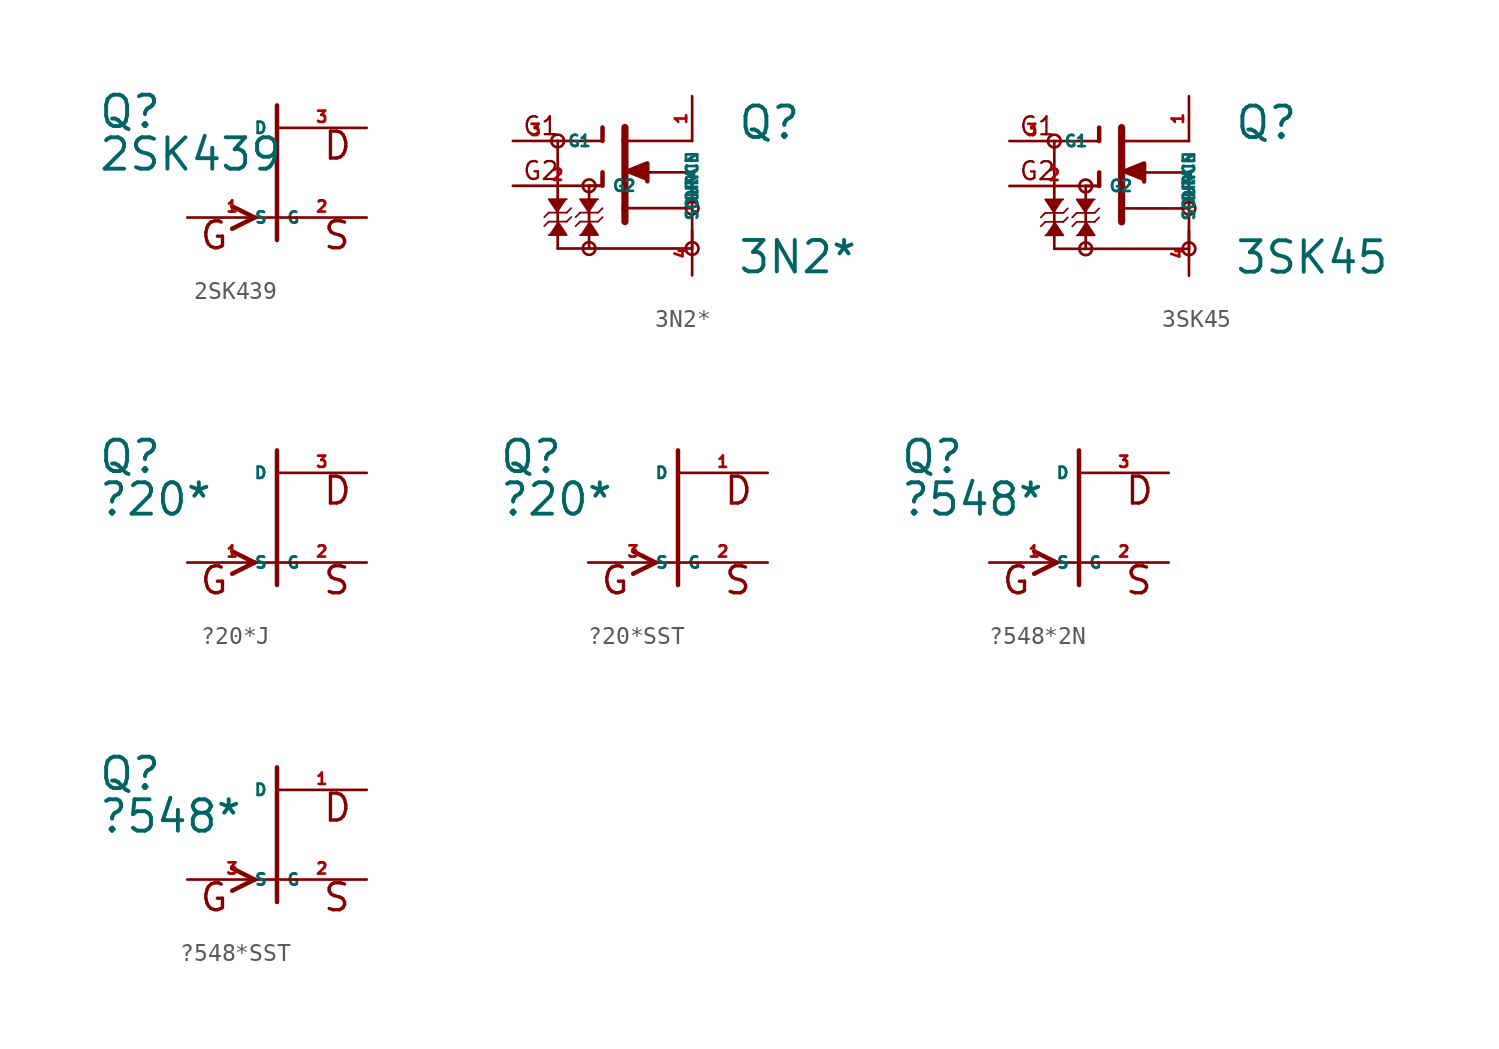
<source format=kicad_sym>
(kicad_symbol_lib
  (version 20220914)
  (generator Eagle2Kicad)
  (symbol "2SK439"
    (property "Reference" "Q"
      (at -10.16 2.413 0)
      (effects (font (size 1.778 1.778) (thickness 0.22)) (justify left bottom)))
    (property "Value" "2SK439"
      (at -10.16 0 0)
      (effects (font (size 1.778 1.778) (thickness 0.22)) (justify left bottom)))
    (polyline
      (pts (xy 0 -3.81) (xy 0 3.81))
      (stroke (width 0.254) (type default))
      (fill (type none)))
    (polyline
      (pts (xy -2.54 -1.905) (xy -1.27 -2.54))
      (stroke (width 0.254) (type default))
      (fill (type none)))
    (polyline
      (pts (xy -1.27 -2.54) (xy -2.54 -3.175))
      (stroke (width 0.254) (type default))
      (fill (type none)))
    (text "D"
      (at 2.54 0.635 0)
      (effects (font (size 1.524 1.524) (thickness 0.19)) (justify left bottom)))
    (text "S"
      (at 2.54 -4.445 0)
      (effects (font (size 1.524 1.524) (thickness 0.19)) (justify left bottom)))
    (text "G"
      (at -4.445 -4.445 0)
      (effects (font (size 1.524 1.524) (thickness 0.19)) (justify left bottom)))
    (pin passive line
      (at -5.08 -2.54 0)
      (length 5.08)
      (name "G" (effects (font (size 0.635 0.635) (thickness 0.08)) (justify left bottom)))
      (number "1" (effects (font (size 0.635 0.635) (thickness 0.08)) (justify left bottom))))
    (pin passive line
      (at 5.08 2.54 180)
      (length 5.08)
      (name "D" (effects (font (size 0.635 0.635) (thickness 0.08)) (justify left bottom)))
      (number "3" (effects (font (size 0.635 0.635) (thickness 0.08)) (justify left bottom))))
    (pin passive line
      (at 5.08 -2.54 180)
      (length 5.08)
      (name "S" (effects (font (size 0.635 0.635) (thickness 0.08)) (justify left bottom)))
      (number "2" (effects (font (size 0.635 0.635) (thickness 0.08)) (justify left bottom)))))
  (symbol "3N2*"
    (property "Reference" "Q"
      (at 5.08 2.54 0)
      (effects (font (size 1.778 1.778) (thickness 0.22)) (justify left bottom)))
    (property "Value" "3N2*"
      (at 5.08 -5.08 0)
      (effects (font (size 1.778 1.778) (thickness 0.22)) (justify left bottom)))
    (polyline
      (pts (xy -1.27 0.762) (xy 0 1.27) (xy 0 0.254))
      (stroke (width 0.254) (type default))
      (fill (type outline)))
    (polyline
      (pts (xy -5.08 -1.524) (xy -5.588 -0.762) (xy -4.572 -0.762))
      (stroke (width 0.102) (type default))
      (fill (type outline)))
    (polyline
      (pts (xy -3.302 -1.524) (xy -3.81 -0.762) (xy -2.794 -0.762))
      (stroke (width 0.102) (type default))
      (fill (type outline)))
    (polyline
      (pts (xy -3.302 -2.032) (xy -2.794 -2.794) (xy -3.81 -2.794))
      (stroke (width 0.102) (type default))
      (fill (type outline)))
    (polyline
      (pts (xy -5.08 -2.032) (xy -4.572 -2.794) (xy -5.588 -2.794))
      (stroke (width 0.102) (type default))
      (fill (type outline)))
    (polyline
      (pts (xy -5.08 2.54) (xy -2.54 2.54))
      (stroke (width 0.152) (type default))
      (fill (type none)))
    (polyline
      (pts (xy -3.302 0) (xy -2.54 0))
      (stroke (width 0.152) (type default))
      (fill (type none)))
    (polyline
      (pts (xy -2.54 2.54) (xy -2.54 3.302))
      (stroke (width 0.254) (type default))
      (fill (type none)))
    (polyline
      (pts (xy -2.54 0) (xy -2.54 0.762))
      (stroke (width 0.254) (type default))
      (fill (type none)))
    (polyline
      (pts (xy -1.27 3.302) (xy -1.27 2.54))
      (stroke (width 0.406) (type default))
      (fill (type none)))
    (polyline
      (pts (xy -1.27 2.54) (xy -1.27 -1.27))
      (stroke (width 0.406) (type default))
      (fill (type none)))
    (polyline
      (pts (xy -1.27 -1.27) (xy -1.27 -2.032))
      (stroke (width 0.406) (type default))
      (fill (type none)))
    (polyline
      (pts (xy -1.27 2.54) (xy 2.54 2.54))
      (stroke (width 0.152) (type default))
      (fill (type none)))
    (polyline
      (pts (xy -1.27 -1.27) (xy 2.54 -1.27))
      (stroke (width 0.152) (type default))
      (fill (type none)))
    (polyline
      (pts (xy 2.54 -1.27) (xy 2.54 -3.556))
      (stroke (width 0.152) (type default))
      (fill (type none)))
    (polyline
      (pts (xy 2.54 -1.27) (xy 2.54 0.762))
      (stroke (width 0.152) (type default))
      (fill (type none)))
    (polyline
      (pts (xy 2.54 0.762) (xy -1.016 0.762))
      (stroke (width 0.152) (type default))
      (fill (type none)))
    (polyline
      (pts (xy -5.588 -1.524) (xy -4.572 -1.524))
      (stroke (width 0.102) (type default))
      (fill (type none)))
    (polyline
      (pts (xy -4.572 -1.524) (xy -4.318 -1.27))
      (stroke (width 0.102) (type default))
      (fill (type none)))
    (polyline
      (pts (xy -5.588 -1.524) (xy -5.842 -1.778))
      (stroke (width 0.102) (type default))
      (fill (type none)))
    (polyline
      (pts (xy -3.81 -1.524) (xy -2.794 -1.524))
      (stroke (width 0.102) (type default))
      (fill (type none)))
    (polyline
      (pts (xy -2.794 -1.524) (xy -2.54 -1.27))
      (stroke (width 0.102) (type default))
      (fill (type none)))
    (polyline
      (pts (xy -3.81 -1.524) (xy -4.064 -1.778))
      (stroke (width 0.102) (type default))
      (fill (type none)))
    (polyline
      (pts (xy -2.794 -2.032) (xy -3.81 -2.032))
      (stroke (width 0.102) (type default))
      (fill (type none)))
    (polyline
      (pts (xy -3.81 -2.032) (xy -4.064 -2.286))
      (stroke (width 0.102) (type default))
      (fill (type none)))
    (polyline
      (pts (xy -2.794 -2.032) (xy -2.54 -1.778))
      (stroke (width 0.102) (type default))
      (fill (type none)))
    (polyline
      (pts (xy -4.572 -2.032) (xy -5.588 -2.032))
      (stroke (width 0.102) (type default))
      (fill (type none)))
    (polyline
      (pts (xy -5.588 -2.032) (xy -5.842 -2.286))
      (stroke (width 0.102) (type default))
      (fill (type none)))
    (polyline
      (pts (xy -4.572 -2.032) (xy -4.318 -1.778))
      (stroke (width 0.102) (type default))
      (fill (type none)))
    (polyline
      (pts (xy -5.08 2.54) (xy -5.08 -3.556))
      (stroke (width 0.152) (type default))
      (fill (type none)))
    (polyline
      (pts (xy -5.08 -3.556) (xy -3.302 -3.556))
      (stroke (width 0.152) (type default))
      (fill (type none)))
    (polyline
      (pts (xy -3.302 -3.556) (xy 2.54 -3.556))
      (stroke (width 0.152) (type default))
      (fill (type none)))
    (polyline
      (pts (xy -3.302 0) (xy -3.302 -3.556))
      (stroke (width 0.152) (type default))
      (fill (type none)))
    (text "G1"
      (at -7.112 2.794 0)
      (effects (font (size 1.016 1.016) (thickness 0.13)) (justify left bottom)))
    (text "G2"
      (at -7.112 0.254 0)
      (effects (font (size 1.016 1.016) (thickness 0.13)) (justify left bottom)))
    (circle
      (center 2.54 -1.27)
      (radius 0.359)
      (stroke (width 0) (type default))
      (fill (type none)))
    (circle
      (center -5.08 2.54)
      (radius 0.359)
      (stroke (width 0) (type default))
      (fill (type none)))
    (circle
      (center -3.302 0)
      (radius 0.359)
      (stroke (width 0) (type default))
      (fill (type none)))
    (circle
      (center -3.302 -3.556)
      (radius 0.359)
      (stroke (width 0) (type default))
      (fill (type none)))
    (circle
      (center 2.54 -3.556)
      (radius 0.359)
      (stroke (width 0) (type default))
      (fill (type none)))
    (pin passive line
      (at -7.62 2.54 0)
      (length 2.54)
      (name "G1" (effects (font (size 0.635 0.635) (thickness 0.08)) (justify left bottom)))
      (number "3" (effects (font (size 0.635 0.635) (thickness 0.08)) (justify left bottom))))
    (pin passive line
      (at -7.62 0 0)
      (length 5.08)
      (name "G2" (effects (font (size 0.635 0.635) (thickness 0.08)) (justify left bottom)))
      (number "2" (effects (font (size 0.635 0.635) (thickness 0.08)) (justify left bottom))))
    (pin passive line
      (at 2.54 5.08 270)
      (length 2.54)
      (name "DRAIN" (effects (font (size 0.635 0.635) (thickness 0.08)) (justify left bottom)))
      (number "1" (effects (font (size 0.635 0.635) (thickness 0.08)) (justify left bottom))))
    (pin passive line
      (at 2.54 -5.08 90)
      (length 2.54)
      (name "SOURCE" (effects (font (size 0.635 0.635) (thickness 0.08)) (justify left bottom)))
      (number "4" (effects (font (size 0.635 0.635) (thickness 0.08)) (justify left bottom)))))
  (symbol "3SK45"
    (property "Reference" "Q"
      (at 5.08 2.54 0)
      (effects (font (size 1.778 1.778) (thickness 0.22)) (justify left bottom)))
    (property "Value" "3SK45"
      (at 5.08 -5.08 0)
      (effects (font (size 1.778 1.778) (thickness 0.22)) (justify left bottom)))
    (polyline
      (pts (xy -1.27 0.762) (xy 0 1.27) (xy 0 0.254))
      (stroke (width 0.254) (type default))
      (fill (type outline)))
    (polyline
      (pts (xy -5.08 -1.524) (xy -5.588 -0.762) (xy -4.572 -0.762))
      (stroke (width 0.102) (type default))
      (fill (type outline)))
    (polyline
      (pts (xy -3.302 -1.524) (xy -3.81 -0.762) (xy -2.794 -0.762))
      (stroke (width 0.102) (type default))
      (fill (type outline)))
    (polyline
      (pts (xy -3.302 -2.032) (xy -2.794 -2.794) (xy -3.81 -2.794))
      (stroke (width 0.102) (type default))
      (fill (type outline)))
    (polyline
      (pts (xy -5.08 -2.032) (xy -4.572 -2.794) (xy -5.588 -2.794))
      (stroke (width 0.102) (type default))
      (fill (type outline)))
    (polyline
      (pts (xy -5.08 2.54) (xy -2.54 2.54))
      (stroke (width 0.152) (type default))
      (fill (type none)))
    (polyline
      (pts (xy -3.302 0) (xy -2.54 0))
      (stroke (width 0.152) (type default))
      (fill (type none)))
    (polyline
      (pts (xy -2.54 2.54) (xy -2.54 3.302))
      (stroke (width 0.254) (type default))
      (fill (type none)))
    (polyline
      (pts (xy -2.54 0) (xy -2.54 0.762))
      (stroke (width 0.254) (type default))
      (fill (type none)))
    (polyline
      (pts (xy -1.27 3.302) (xy -1.27 2.54))
      (stroke (width 0.406) (type default))
      (fill (type none)))
    (polyline
      (pts (xy -1.27 2.54) (xy -1.27 -1.27))
      (stroke (width 0.406) (type default))
      (fill (type none)))
    (polyline
      (pts (xy -1.27 -1.27) (xy -1.27 -2.032))
      (stroke (width 0.406) (type default))
      (fill (type none)))
    (polyline
      (pts (xy -1.27 2.54) (xy 2.54 2.54))
      (stroke (width 0.152) (type default))
      (fill (type none)))
    (polyline
      (pts (xy -1.27 -1.27) (xy 2.54 -1.27))
      (stroke (width 0.152) (type default))
      (fill (type none)))
    (polyline
      (pts (xy 2.54 -1.27) (xy 2.54 -3.556))
      (stroke (width 0.152) (type default))
      (fill (type none)))
    (polyline
      (pts (xy 2.54 -1.27) (xy 2.54 0.762))
      (stroke (width 0.152) (type default))
      (fill (type none)))
    (polyline
      (pts (xy 2.54 0.762) (xy -1.016 0.762))
      (stroke (width 0.152) (type default))
      (fill (type none)))
    (polyline
      (pts (xy -5.588 -1.524) (xy -4.572 -1.524))
      (stroke (width 0.102) (type default))
      (fill (type none)))
    (polyline
      (pts (xy -4.572 -1.524) (xy -4.318 -1.27))
      (stroke (width 0.102) (type default))
      (fill (type none)))
    (polyline
      (pts (xy -5.588 -1.524) (xy -5.842 -1.778))
      (stroke (width 0.102) (type default))
      (fill (type none)))
    (polyline
      (pts (xy -3.81 -1.524) (xy -2.794 -1.524))
      (stroke (width 0.102) (type default))
      (fill (type none)))
    (polyline
      (pts (xy -2.794 -1.524) (xy -2.54 -1.27))
      (stroke (width 0.102) (type default))
      (fill (type none)))
    (polyline
      (pts (xy -3.81 -1.524) (xy -4.064 -1.778))
      (stroke (width 0.102) (type default))
      (fill (type none)))
    (polyline
      (pts (xy -2.794 -2.032) (xy -3.81 -2.032))
      (stroke (width 0.102) (type default))
      (fill (type none)))
    (polyline
      (pts (xy -3.81 -2.032) (xy -4.064 -2.286))
      (stroke (width 0.102) (type default))
      (fill (type none)))
    (polyline
      (pts (xy -2.794 -2.032) (xy -2.54 -1.778))
      (stroke (width 0.102) (type default))
      (fill (type none)))
    (polyline
      (pts (xy -4.572 -2.032) (xy -5.588 -2.032))
      (stroke (width 0.102) (type default))
      (fill (type none)))
    (polyline
      (pts (xy -5.588 -2.032) (xy -5.842 -2.286))
      (stroke (width 0.102) (type default))
      (fill (type none)))
    (polyline
      (pts (xy -4.572 -2.032) (xy -4.318 -1.778))
      (stroke (width 0.102) (type default))
      (fill (type none)))
    (polyline
      (pts (xy -5.08 2.54) (xy -5.08 -3.556))
      (stroke (width 0.152) (type default))
      (fill (type none)))
    (polyline
      (pts (xy -5.08 -3.556) (xy -3.302 -3.556))
      (stroke (width 0.152) (type default))
      (fill (type none)))
    (polyline
      (pts (xy -3.302 -3.556) (xy 2.54 -3.556))
      (stroke (width 0.152) (type default))
      (fill (type none)))
    (polyline
      (pts (xy -3.302 0) (xy -3.302 -3.556))
      (stroke (width 0.152) (type default))
      (fill (type none)))
    (text "G1"
      (at -7.112 2.794 0)
      (effects (font (size 1.016 1.016) (thickness 0.13)) (justify left bottom)))
    (text "G2"
      (at -7.112 0.254 0)
      (effects (font (size 1.016 1.016) (thickness 0.13)) (justify left bottom)))
    (circle
      (center 2.54 -1.27)
      (radius 0.359)
      (stroke (width 0) (type default))
      (fill (type none)))
    (circle
      (center -5.08 2.54)
      (radius 0.359)
      (stroke (width 0) (type default))
      (fill (type none)))
    (circle
      (center -3.302 0)
      (radius 0.359)
      (stroke (width 0) (type default))
      (fill (type none)))
    (circle
      (center -3.302 -3.556)
      (radius 0.359)
      (stroke (width 0) (type default))
      (fill (type none)))
    (circle
      (center 2.54 -3.556)
      (radius 0.359)
      (stroke (width 0) (type default))
      (fill (type none)))
    (pin passive line
      (at -7.62 2.54 0)
      (length 2.54)
      (name "G1" (effects (font (size 0.635 0.635) (thickness 0.08)) (justify left bottom)))
      (number "3" (effects (font (size 0.635 0.635) (thickness 0.08)) (justify left bottom))))
    (pin passive line
      (at -7.62 0 0)
      (length 5.08)
      (name "G2" (effects (font (size 0.635 0.635) (thickness 0.08)) (justify left bottom)))
      (number "2" (effects (font (size 0.635 0.635) (thickness 0.08)) (justify left bottom))))
    (pin passive line
      (at 2.54 5.08 270)
      (length 2.54)
      (name "DRAIN" (effects (font (size 0.635 0.635) (thickness 0.08)) (justify left bottom)))
      (number "1" (effects (font (size 0.635 0.635) (thickness 0.08)) (justify left bottom))))
    (pin passive line
      (at 2.54 -5.08 90)
      (length 2.54)
      (name "SOURCE" (effects (font (size 0.635 0.635) (thickness 0.08)) (justify left bottom)))
      (number "4" (effects (font (size 0.635 0.635) (thickness 0.08)) (justify left bottom)))))
  (symbol "?20*J"
    (property "Reference" "Q"
      (at -10.16 2.413 0)
      (effects (font (size 1.778 1.778) (thickness 0.22)) (justify left bottom)))
    (property "Value" "?20*"
      (at -10.16 0 0)
      (effects (font (size 1.778 1.778) (thickness 0.22)) (justify left bottom)))
    (polyline
      (pts (xy 0 -3.81) (xy 0 3.81))
      (stroke (width 0.254) (type default))
      (fill (type none)))
    (polyline
      (pts (xy -2.54 -1.905) (xy -1.27 -2.54))
      (stroke (width 0.254) (type default))
      (fill (type none)))
    (polyline
      (pts (xy -1.27 -2.54) (xy -2.54 -3.175))
      (stroke (width 0.254) (type default))
      (fill (type none)))
    (text "D"
      (at 2.54 0.635 0)
      (effects (font (size 1.524 1.524) (thickness 0.19)) (justify left bottom)))
    (text "S"
      (at 2.54 -4.445 0)
      (effects (font (size 1.524 1.524) (thickness 0.19)) (justify left bottom)))
    (text "G"
      (at -4.445 -4.445 0)
      (effects (font (size 1.524 1.524) (thickness 0.19)) (justify left bottom)))
    (pin passive line
      (at -5.08 -2.54 0)
      (length 5.08)
      (name "G" (effects (font (size 0.635 0.635) (thickness 0.08)) (justify left bottom)))
      (number "1" (effects (font (size 0.635 0.635) (thickness 0.08)) (justify left bottom))))
    (pin passive line
      (at 5.08 2.54 180)
      (length 5.08)
      (name "D" (effects (font (size 0.635 0.635) (thickness 0.08)) (justify left bottom)))
      (number "3" (effects (font (size 0.635 0.635) (thickness 0.08)) (justify left bottom))))
    (pin passive line
      (at 5.08 -2.54 180)
      (length 5.08)
      (name "S" (effects (font (size 0.635 0.635) (thickness 0.08)) (justify left bottom)))
      (number "2" (effects (font (size 0.635 0.635) (thickness 0.08)) (justify left bottom)))))
  (symbol "?20*SST"
    (property "Reference" "Q"
      (at -10.16 2.413 0)
      (effects (font (size 1.778 1.778) (thickness 0.22)) (justify left bottom)))
    (property "Value" "?20*"
      (at -10.16 0 0)
      (effects (font (size 1.778 1.778) (thickness 0.22)) (justify left bottom)))
    (polyline
      (pts (xy 0 -3.81) (xy 0 3.81))
      (stroke (width 0.254) (type default))
      (fill (type none)))
    (polyline
      (pts (xy -2.54 -1.905) (xy -1.27 -2.54))
      (stroke (width 0.254) (type default))
      (fill (type none)))
    (polyline
      (pts (xy -1.27 -2.54) (xy -2.54 -3.175))
      (stroke (width 0.254) (type default))
      (fill (type none)))
    (text "D"
      (at 2.54 0.635 0)
      (effects (font (size 1.524 1.524) (thickness 0.19)) (justify left bottom)))
    (text "S"
      (at 2.54 -4.445 0)
      (effects (font (size 1.524 1.524) (thickness 0.19)) (justify left bottom)))
    (text "G"
      (at -4.445 -4.445 0)
      (effects (font (size 1.524 1.524) (thickness 0.19)) (justify left bottom)))
    (pin passive line
      (at -5.08 -2.54 0)
      (length 5.08)
      (name "G" (effects (font (size 0.635 0.635) (thickness 0.08)) (justify left bottom)))
      (number "3" (effects (font (size 0.635 0.635) (thickness 0.08)) (justify left bottom))))
    (pin passive line
      (at 5.08 2.54 180)
      (length 5.08)
      (name "D" (effects (font (size 0.635 0.635) (thickness 0.08)) (justify left bottom)))
      (number "1" (effects (font (size 0.635 0.635) (thickness 0.08)) (justify left bottom))))
    (pin passive line
      (at 5.08 -2.54 180)
      (length 5.08)
      (name "S" (effects (font (size 0.635 0.635) (thickness 0.08)) (justify left bottom)))
      (number "2" (effects (font (size 0.635 0.635) (thickness 0.08)) (justify left bottom)))))
  (symbol "?548*2N"
    (property "Reference" "Q"
      (at -10.16 2.413 0)
      (effects (font (size 1.778 1.778) (thickness 0.22)) (justify left bottom)))
    (property "Value" "?548*"
      (at -10.16 0 0)
      (effects (font (size 1.778 1.778) (thickness 0.22)) (justify left bottom)))
    (polyline
      (pts (xy 0 -3.81) (xy 0 3.81))
      (stroke (width 0.254) (type default))
      (fill (type none)))
    (polyline
      (pts (xy -2.54 -1.905) (xy -1.27 -2.54))
      (stroke (width 0.254) (type default))
      (fill (type none)))
    (polyline
      (pts (xy -1.27 -2.54) (xy -2.54 -3.175))
      (stroke (width 0.254) (type default))
      (fill (type none)))
    (text "D"
      (at 2.54 0.635 0)
      (effects (font (size 1.524 1.524) (thickness 0.19)) (justify left bottom)))
    (text "S"
      (at 2.54 -4.445 0)
      (effects (font (size 1.524 1.524) (thickness 0.19)) (justify left bottom)))
    (text "G"
      (at -4.445 -4.445 0)
      (effects (font (size 1.524 1.524) (thickness 0.19)) (justify left bottom)))
    (pin passive line
      (at -5.08 -2.54 0)
      (length 5.08)
      (name "G" (effects (font (size 0.635 0.635) (thickness 0.08)) (justify left bottom)))
      (number "1" (effects (font (size 0.635 0.635) (thickness 0.08)) (justify left bottom))))
    (pin passive line
      (at 5.08 2.54 180)
      (length 5.08)
      (name "D" (effects (font (size 0.635 0.635) (thickness 0.08)) (justify left bottom)))
      (number "3" (effects (font (size 0.635 0.635) (thickness 0.08)) (justify left bottom))))
    (pin passive line
      (at 5.08 -2.54 180)
      (length 5.08)
      (name "S" (effects (font (size 0.635 0.635) (thickness 0.08)) (justify left bottom)))
      (number "2" (effects (font (size 0.635 0.635) (thickness 0.08)) (justify left bottom)))))
  (symbol "?548*SST"
    (property "Reference" "Q"
      (at -10.16 2.413 0)
      (effects (font (size 1.778 1.778) (thickness 0.22)) (justify left bottom)))
    (property "Value" "?548*"
      (at -10.16 0 0)
      (effects (font (size 1.778 1.778) (thickness 0.22)) (justify left bottom)))
    (polyline
      (pts (xy 0 -3.81) (xy 0 3.81))
      (stroke (width 0.254) (type default))
      (fill (type none)))
    (polyline
      (pts (xy -2.54 -1.905) (xy -1.27 -2.54))
      (stroke (width 0.254) (type default))
      (fill (type none)))
    (polyline
      (pts (xy -1.27 -2.54) (xy -2.54 -3.175))
      (stroke (width 0.254) (type default))
      (fill (type none)))
    (text "D"
      (at 2.54 0.635 0)
      (effects (font (size 1.524 1.524) (thickness 0.19)) (justify left bottom)))
    (text "S"
      (at 2.54 -4.445 0)
      (effects (font (size 1.524 1.524) (thickness 0.19)) (justify left bottom)))
    (text "G"
      (at -4.445 -4.445 0)
      (effects (font (size 1.524 1.524) (thickness 0.19)) (justify left bottom)))
    (pin passive line
      (at -5.08 -2.54 0)
      (length 5.08)
      (name "G" (effects (font (size 0.635 0.635) (thickness 0.08)) (justify left bottom)))
      (number "3" (effects (font (size 0.635 0.635) (thickness 0.08)) (justify left bottom))))
    (pin passive line
      (at 5.08 2.54 180)
      (length 5.08)
      (name "D" (effects (font (size 0.635 0.635) (thickness 0.08)) (justify left bottom)))
      (number "1" (effects (font (size 0.635 0.635) (thickness 0.08)) (justify left bottom))))
    (pin passive line
      (at 5.08 -2.54 180)
      (length 5.08)
      (name "S" (effects (font (size 0.635 0.635) (thickness 0.08)) (justify left bottom)))
      (number "2" (effects (font (size 0.635 0.635) (thickness 0.08)) (justify left bottom))))))
</source>
